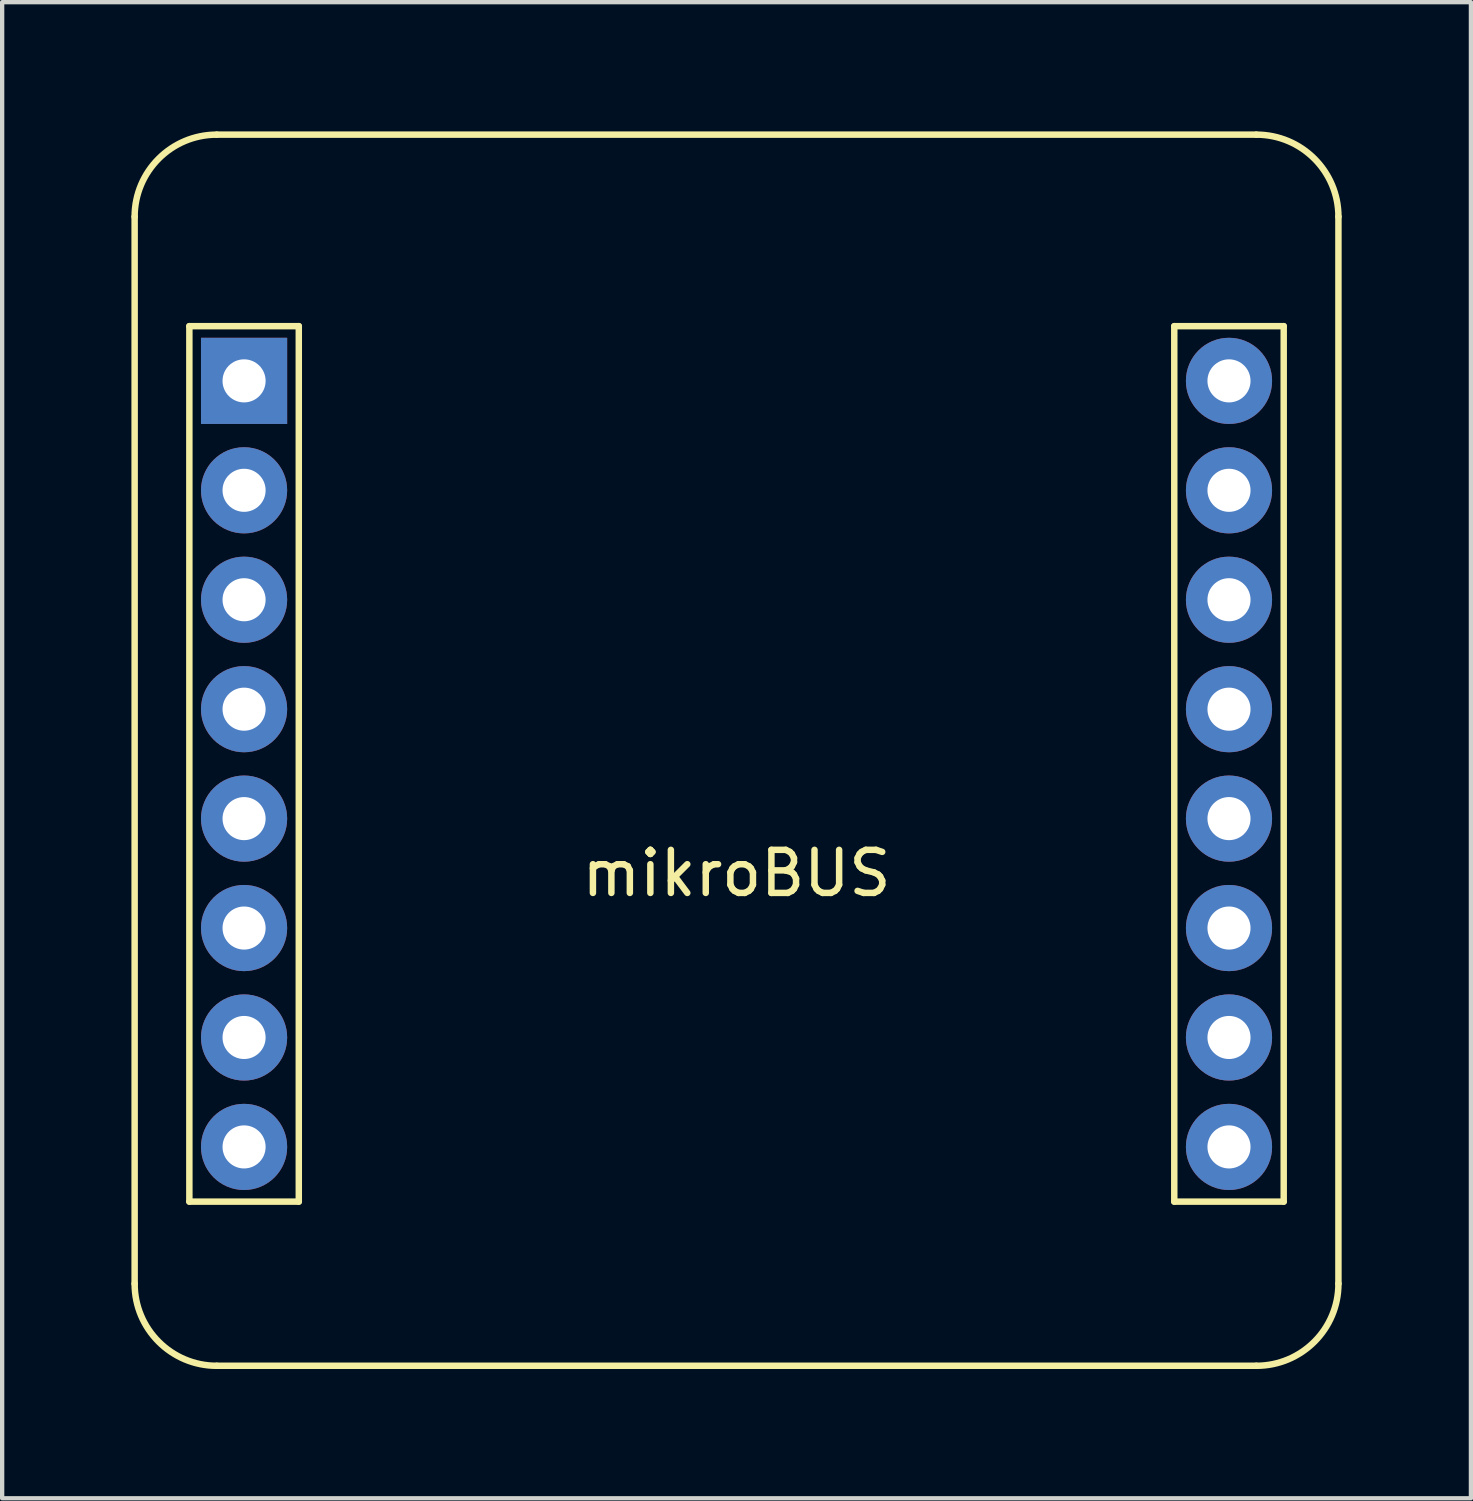
<source format=kicad_pcb>
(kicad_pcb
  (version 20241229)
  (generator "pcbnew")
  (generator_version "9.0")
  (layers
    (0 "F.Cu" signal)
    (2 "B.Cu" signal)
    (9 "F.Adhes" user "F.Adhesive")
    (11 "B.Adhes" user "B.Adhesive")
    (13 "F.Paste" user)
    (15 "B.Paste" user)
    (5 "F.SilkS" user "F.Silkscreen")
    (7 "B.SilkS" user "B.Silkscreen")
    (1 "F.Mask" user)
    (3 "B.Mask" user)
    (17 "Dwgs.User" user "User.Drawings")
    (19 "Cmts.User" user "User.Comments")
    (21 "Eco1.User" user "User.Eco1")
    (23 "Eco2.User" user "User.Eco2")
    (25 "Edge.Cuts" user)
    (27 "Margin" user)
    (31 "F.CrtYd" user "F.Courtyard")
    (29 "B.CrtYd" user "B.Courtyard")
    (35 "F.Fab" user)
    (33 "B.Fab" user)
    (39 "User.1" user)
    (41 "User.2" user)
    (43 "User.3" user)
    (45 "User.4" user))
  (footprint "mikroBUS"
    (layer "F.Cu")
    (at 14.045 14.68)
    (property "Reference" "mikroBUS" (at 0 2.54 0) (layer "F.SilkS") (effects (font (size 1 1) (thickness 0.15))))
    (attr through_hole)
    (fp_line (start -13.97 12.065) (end -13.97 -12.7) (stroke (width 0.15) (type solid)) (layer "F.SilkS"))
    (fp_line (start -12.7 -10.16) (end -10.16 -10.16) (stroke (width 0.15) (type solid)) (layer "F.SilkS"))
    (fp_line (start -12.7 10.16) (end -12.7 -10.16) (stroke (width 0.15) (type solid)) (layer "F.SilkS"))
    (fp_line (start -12.065 -14.605) (end 12.065 -14.605) (stroke (width 0.15) (type solid)) (layer "F.SilkS"))
    (fp_line (start -10.16 -10.16) (end -10.16 10.16) (stroke (width 0.15) (type solid)) (layer "F.SilkS"))
    (fp_line (start -10.16 10.16) (end -12.7 10.16) (stroke (width 0.15) (type solid)) (layer "F.SilkS"))
    (fp_line (start 10.16 -10.16) (end 12.7 -10.16) (stroke (width 0.15) (type solid)) (layer "F.SilkS"))
    (fp_line (start 10.16 10.16) (end 10.16 -10.16) (stroke (width 0.15) (type solid)) (layer "F.SilkS"))
    (fp_line (start 12.065 13.97) (end -12.065 13.97) (stroke (width 0.15) (type solid)) (layer "F.SilkS"))
    (fp_line (start 12.7 -10.16) (end 12.7 10.16) (stroke (width 0.15) (type solid)) (layer "F.SilkS"))
    (fp_line (start 12.7 10.16) (end 10.16 10.16) (stroke (width 0.15) (type solid)) (layer "F.SilkS"))
    (fp_line (start 13.97 -12.7) (end 13.97 12.065) (stroke (width 0.15) (type solid)) (layer "F.SilkS"))
    (fp_arc (start -13.97 -12.7) (mid -13.412038 -14.047038) (end -12.065 -14.605) (stroke (width 0.15) (type solid)) (layer "F.SilkS"))
    (fp_arc (start -12.065 13.97) (mid -13.412038 13.412038) (end -13.97 12.065) (stroke (width 0.15) (type solid)) (layer "F.SilkS"))
    (fp_arc (start 12.065 -14.605) (mid 13.412038 -14.047038) (end 13.97 -12.7) (stroke (width 0.15) (type solid)) (layer "F.SilkS"))
    (fp_arc (start 13.97 12.065) (mid 13.412038 13.412038) (end 12.065 13.97) (stroke (width 0.15) (type solid)) (layer "F.SilkS"))
    (pad "1" thru_hole rect (at -11.43 -8.89) (size 2 2) (drill 1) (layers "*.Cu" "*.Mask"))
    (pad "2" thru_hole circle (at -11.43 -6.35) (size 2 2) (drill 1) (layers "*.Cu" "*.Mask"))
    (pad "3" thru_hole circle (at -11.43 -3.81) (size 2 2) (drill 1) (layers "*.Cu" "*.Mask"))
    (pad "4" thru_hole circle (at -11.43 -1.27) (size 2 2) (drill 1) (layers "*.Cu" "*.Mask"))
    (pad "5" thru_hole circle (at -11.43 1.27) (size 2 2) (drill 1) (layers "*.Cu" "*.Mask"))
    (pad "6" thru_hole circle (at -11.43 3.81) (size 2 2) (drill 1) (layers "*.Cu" "*.Mask"))
    (pad "7" thru_hole circle (at -11.43 6.35) (size 2 2) (drill 1) (layers "*.Cu" "*.Mask"))
    (pad "8" thru_hole circle (at -11.43 8.89) (size 2 2) (drill 1) (layers "*.Cu" "*.Mask"))
    (pad "9" thru_hole circle (at 11.43 8.89) (size 2 2) (drill 1) (layers "*.Cu" "*.Mask"))
    (pad "10" thru_hole circle (at 11.43 6.35) (size 2 2) (drill 1) (layers "*.Cu" "*.Mask"))
    (pad "11" thru_hole circle (at 11.43 3.81) (size 2 2) (drill 1) (layers "*.Cu" "*.Mask"))
    (pad "12" thru_hole circle (at 11.43 1.27) (size 2 2) (drill 1) (layers "*.Cu" "*.Mask"))
    (pad "13" thru_hole circle (at 11.43 -1.27) (size 2 2) (drill 1) (layers "*.Cu" "*.Mask"))
    (pad "14" thru_hole circle (at 11.43 -3.81) (size 2 2) (drill 1) (layers "*.Cu" "*.Mask"))
    (pad "15" thru_hole circle (at 11.43 -6.35) (size 2 2) (drill 1) (layers "*.Cu" "*.Mask"))
    (pad "16" thru_hole circle (at 11.43 -8.89) (size 2 2) (drill 1) (layers "*.Cu" "*.Mask")))
  (gr_rect
    (start -3 -3)
    (end 31.09 31.725)
    (stroke (width 0.1) (type default))
    (fill no)
    (layer "Edge.Cuts")))
</source>
